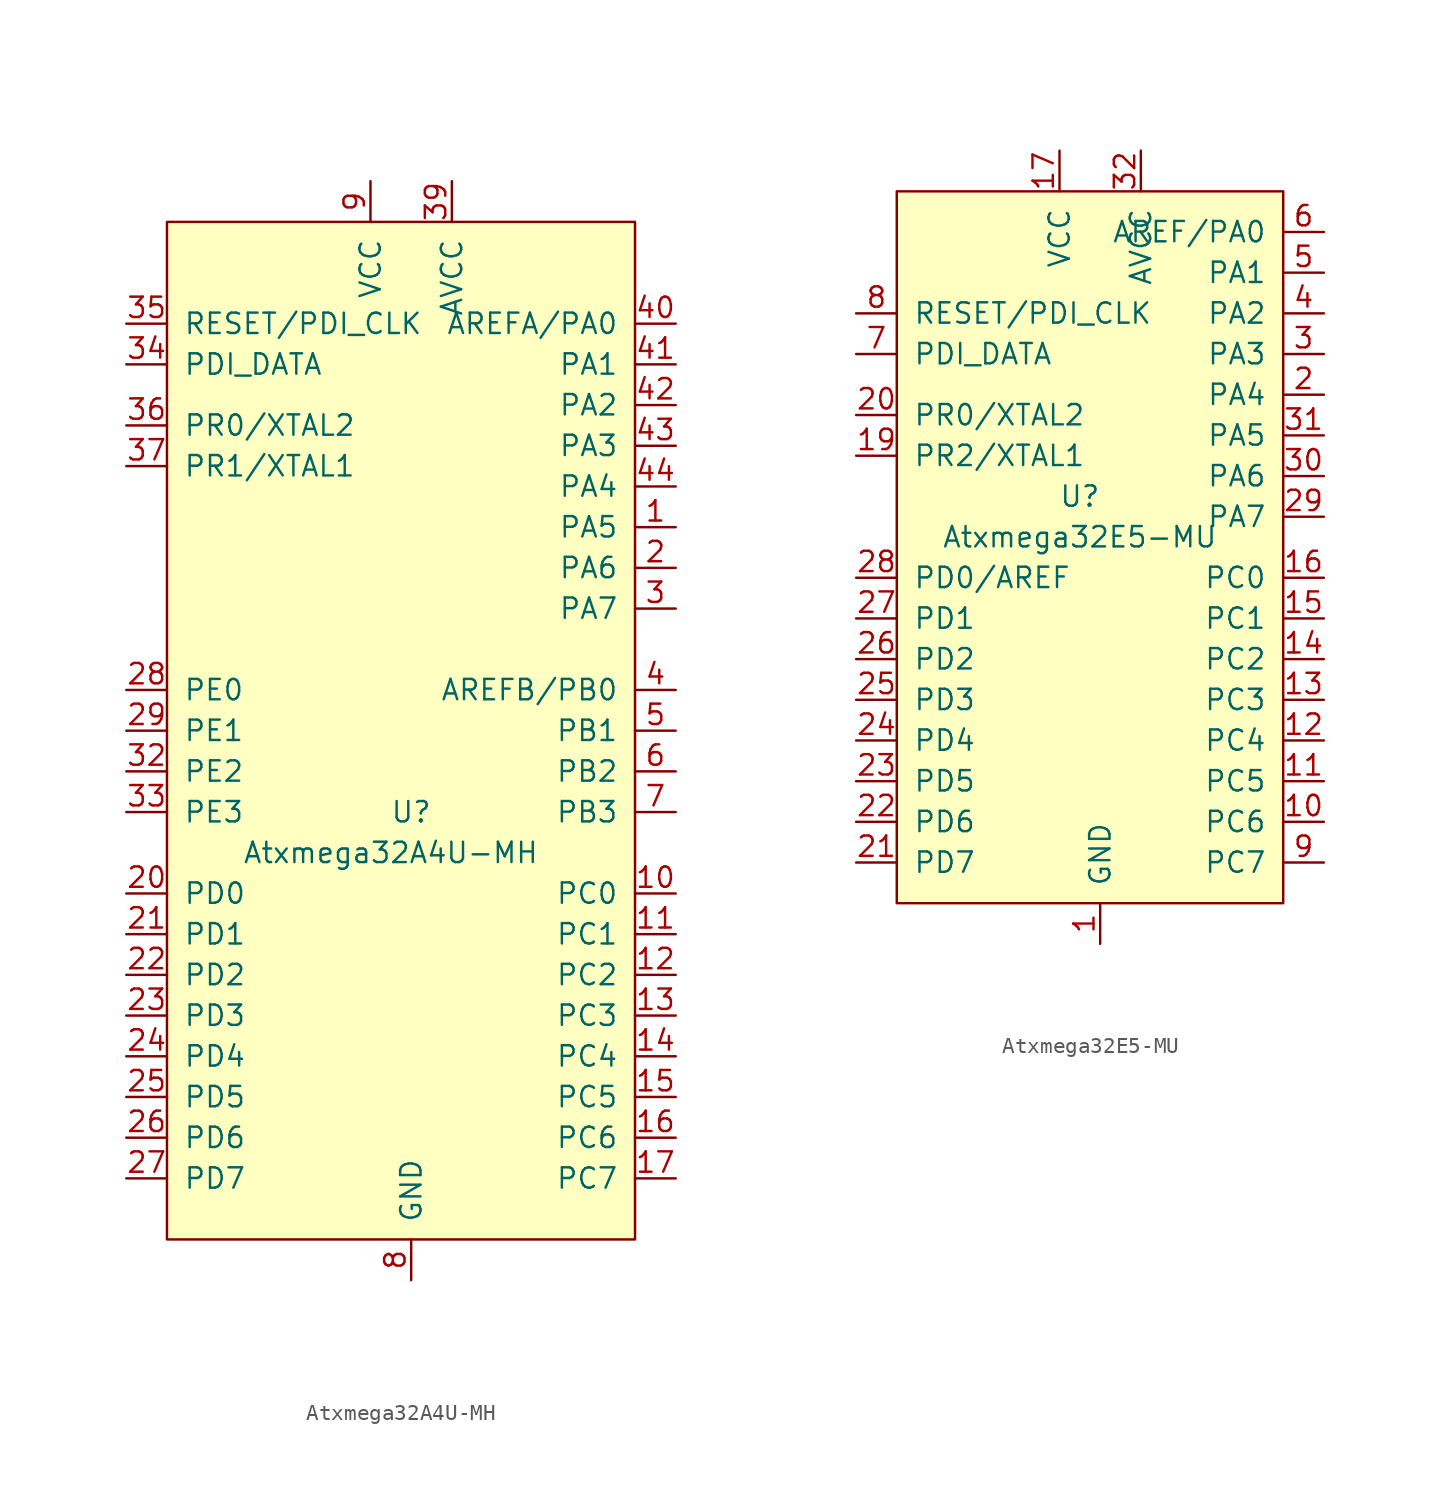
<source format=kicad_sym>
(kicad_symbol_lib
  (version 20211014)
  (generator kicad_symbol_editor)
  (symbol "Atxmega32A4U-MH"
    (pin_names
      (offset 1.016))
    (property "Reference" "U"
      (at 0 -5.08 0)
      (effects (font (size 1.27 1.27))))
    (property "Value" "Atxmega32A4U-MH"
      (at -1.27 -7.62 0)
      (effects (font (size 1.27 1.27))))
    (symbol "Atxmega32A4U-MH_1_1"
      (rectangle (start -15.24 31.75) (end 13.97 -31.75) (stroke (width 0) (type default) (color 0 0 0 0)) (fill (type background)))
      (pin bidirectional line (at 16.51 12.7 180) (length 2.54) (name "PA5" (effects (font (size 1.27 1.27)))) (number "1" (effects (font (size 1.27 1.27)))))
      (pin bidirectional line (at 16.51 -10.16 180) (length 2.54) (name "PC0" (effects (font (size 1.27 1.27)))) (number "10" (effects (font (size 1.27 1.27)))))
      (pin bidirectional line (at 16.51 -12.7 180) (length 2.54) (name "PC1" (effects (font (size 1.27 1.27)))) (number "11" (effects (font (size 1.27 1.27)))))
      (pin bidirectional line (at 16.51 -15.24 180) (length 2.54) (name "PC2" (effects (font (size 1.27 1.27)))) (number "12" (effects (font (size 1.27 1.27)))))
      (pin bidirectional line (at 16.51 -17.78 180) (length 2.54) (name "PC3" (effects (font (size 1.27 1.27)))) (number "13" (effects (font (size 1.27 1.27)))))
      (pin bidirectional line (at 16.51 -20.32 180) (length 2.54) (name "PC4" (effects (font (size 1.27 1.27)))) (number "14" (effects (font (size 1.27 1.27)))))
      (pin bidirectional line (at 16.51 -22.86 180) (length 2.54) (name "PC5" (effects (font (size 1.27 1.27)))) (number "15" (effects (font (size 1.27 1.27)))))
      (pin bidirectional line (at 16.51 -25.4 180) (length 2.54) (name "PC6" (effects (font (size 1.27 1.27)))) (number "16" (effects (font (size 1.27 1.27)))))
      (pin bidirectional line (at 16.51 -27.94 180) (length 2.54) (name "PC7" (effects (font (size 1.27 1.27)))) (number "17" (effects (font (size 1.27 1.27)))))
      (pin passive line (at 0 -34.29 90) (length 2.54) hide (name "GND" (effects (font (size 1.27 1.27)))) (number "18" (effects (font (size 1.27 1.27)))))
      (pin passive line (at -2.54 34.29 270) (length 2.54) hide (name "VCC" (effects (font (size 1.27 1.27)))) (number "19" (effects (font (size 1.27 1.27)))))
      (pin bidirectional line (at 16.51 10.16 180) (length 2.54) (name "PA6" (effects (font (size 1.27 1.27)))) (number "2" (effects (font (size 1.27 1.27)))))
      (pin bidirectional line (at -17.78 -10.16 0) (length 2.54) (name "PD0" (effects (font (size 1.27 1.27)))) (number "20" (effects (font (size 1.27 1.27)))))
      (pin bidirectional line (at -17.78 -12.7 0) (length 2.54) (name "PD1" (effects (font (size 1.27 1.27)))) (number "21" (effects (font (size 1.27 1.27)))))
      (pin bidirectional line (at -17.78 -15.24 0) (length 2.54) (name "PD2" (effects (font (size 1.27 1.27)))) (number "22" (effects (font (size 1.27 1.27)))))
      (pin bidirectional line (at -17.78 -17.78 0) (length 2.54) (name "PD3" (effects (font (size 1.27 1.27)))) (number "23" (effects (font (size 1.27 1.27)))))
      (pin bidirectional line (at -17.78 -20.32 0) (length 2.54) (name "PD4" (effects (font (size 1.27 1.27)))) (number "24" (effects (font (size 1.27 1.27)))))
      (pin bidirectional line (at -17.78 -22.86 0) (length 2.54) (name "PD5" (effects (font (size 1.27 1.27)))) (number "25" (effects (font (size 1.27 1.27)))))
      (pin bidirectional line (at -17.78 -25.4 0) (length 2.54) (name "PD6" (effects (font (size 1.27 1.27)))) (number "26" (effects (font (size 1.27 1.27)))))
      (pin bidirectional line (at -17.78 -27.94 0) (length 2.54) (name "PD7" (effects (font (size 1.27 1.27)))) (number "27" (effects (font (size 1.27 1.27)))))
      (pin bidirectional line (at -17.78 2.54 0) (length 2.54) (name "PE0" (effects (font (size 1.27 1.27)))) (number "28" (effects (font (size 1.27 1.27)))))
      (pin bidirectional line (at -17.78 0 0) (length 2.54) (name "PE1" (effects (font (size 1.27 1.27)))) (number "29" (effects (font (size 1.27 1.27)))))
      (pin bidirectional line (at 16.51 7.62 180) (length 2.54) (name "PA7" (effects (font (size 1.27 1.27)))) (number "3" (effects (font (size 1.27 1.27)))))
      (pin passive line (at 0 -34.29 90) (length 2.54) hide (name "GND" (effects (font (size 1.27 1.27)))) (number "30" (effects (font (size 1.27 1.27)))))
      (pin passive line (at -2.54 34.29 270) (length 2.54) hide (name "VCC" (effects (font (size 1.27 1.27)))) (number "31" (effects (font (size 1.27 1.27)))))
      (pin bidirectional line (at -17.78 -2.54 0) (length 2.54) (name "PE2" (effects (font (size 1.27 1.27)))) (number "32" (effects (font (size 1.27 1.27)))))
      (pin bidirectional line (at -17.78 -5.08 0) (length 2.54) (name "PE3" (effects (font (size 1.27 1.27)))) (number "33" (effects (font (size 1.27 1.27)))))
      (pin bidirectional line (at -17.78 22.86 0) (length 2.54) (name "PDI_DATA" (effects (font (size 1.27 1.27)))) (number "34" (effects (font (size 1.27 1.27)))))
      (pin input line (at -17.78 25.4 0) (length 2.54) (name "RESET/PDI_CLK" (effects (font (size 1.27 1.27)))) (number "35" (effects (font (size 1.27 1.27)))))
      (pin bidirectional line (at -17.78 19.05 0) (length 2.54) (name "PR0/XTAL2" (effects (font (size 1.27 1.27)))) (number "36" (effects (font (size 1.27 1.27)))))
      (pin bidirectional line (at -17.78 16.51 0) (length 2.54) (name "PR1/XTAL1" (effects (font (size 1.27 1.27)))) (number "37" (effects (font (size 1.27 1.27)))))
      (pin passive line (at 0 -34.29 90) (length 2.54) hide (name "GND" (effects (font (size 1.27 1.27)))) (number "38" (effects (font (size 1.27 1.27)))))
      (pin power_in line (at 2.54 34.29 270) (length 2.54) (name "AVCC" (effects (font (size 1.27 1.27)))) (number "39" (effects (font (size 1.27 1.27)))))
      (pin bidirectional line (at 16.51 2.54 180) (length 2.54) (name "AREFB/PB0" (effects (font (size 1.27 1.27)))) (number "4" (effects (font (size 1.27 1.27)))))
      (pin bidirectional line (at 16.51 25.4 180) (length 2.54) (name "AREFA/PA0" (effects (font (size 1.27 1.27)))) (number "40" (effects (font (size 1.27 1.27)))))
      (pin bidirectional line (at 16.51 22.86 180) (length 2.54) (name "PA1" (effects (font (size 1.27 1.27)))) (number "41" (effects (font (size 1.27 1.27)))))
      (pin bidirectional line (at 16.51 20.32 180) (length 2.54) (name "PA2" (effects (font (size 1.27 1.27)))) (number "42" (effects (font (size 1.27 1.27)))))
      (pin bidirectional line (at 16.51 17.78 180) (length 2.54) (name "PA3" (effects (font (size 1.27 1.27)))) (number "43" (effects (font (size 1.27 1.27)))))
      (pin bidirectional line (at 16.51 15.24 180) (length 2.54) (name "PA4" (effects (font (size 1.27 1.27)))) (number "44" (effects (font (size 1.27 1.27)))))
      (pin passive line (at 0 -34.29 90) (length 2.54) hide (name "GND" (effects (font (size 1.27 1.27)))) (number "45" (effects (font (size 1.27 1.27)))))
      (pin bidirectional line (at 16.51 0 180) (length 2.54) (name "PB1" (effects (font (size 1.27 1.27)))) (number "5" (effects (font (size 1.27 1.27)))))
      (pin bidirectional line (at 16.51 -2.54 180) (length 2.54) (name "PB2" (effects (font (size 1.27 1.27)))) (number "6" (effects (font (size 1.27 1.27)))))
      (pin bidirectional line (at 16.51 -5.08 180) (length 2.54) (name "PB3" (effects (font (size 1.27 1.27)))) (number "7" (effects (font (size 1.27 1.27)))))
      (pin power_in line (at 0 -34.29 90) (length 2.54) (name "GND" (effects (font (size 1.27 1.27)))) (number "8" (effects (font (size 1.27 1.27)))))
      (pin power_in line (at -2.54 34.29 270) (length 2.54) (name "VCC" (effects (font (size 1.27 1.27)))) (number "9" (effects (font (size 1.27 1.27)))))))
  (symbol "Atxmega32E5-MU"
    (pin_names
      (offset 1.016))
    (property "Reference" "U"
      (at -1.27 2.54 0)
      (effects (font (size 1.27 1.27))))
    (property "Value" "Atxmega32E5-MU"
      (at -1.27 0 0)
      (effects (font (size 1.27 1.27))))
    (symbol "Atxmega32E5-MU_0_1"
      (rectangle (start -12.7 21.59) (end 11.43 -22.86) (stroke (width 0) (type default) (color 0 0 0 0)) (fill (type background))))
    (symbol "Atxmega32E5-MU_1_1"
      (pin power_in line (at 0 -25.4 90) (length 2.54) (name "GND" (effects (font (size 1.27 1.27)))) (number "1" (effects (font (size 1.27 1.27)))))
      (pin bidirectional line (at 13.97 -17.78 180) (length 2.54) (name "PC6" (effects (font (size 1.27 1.27)))) (number "10" (effects (font (size 1.27 1.27)))))
      (pin bidirectional line (at 13.97 -15.24 180) (length 2.54) (name "PC5" (effects (font (size 1.27 1.27)))) (number "11" (effects (font (size 1.27 1.27)))))
      (pin bidirectional line (at 13.97 -12.7 180) (length 2.54) (name "PC4" (effects (font (size 1.27 1.27)))) (number "12" (effects (font (size 1.27 1.27)))))
      (pin bidirectional line (at 13.97 -10.16 180) (length 2.54) (name "PC3" (effects (font (size 1.27 1.27)))) (number "13" (effects (font (size 1.27 1.27)))))
      (pin bidirectional line (at 13.97 -7.62 180) (length 2.54) (name "PC2" (effects (font (size 1.27 1.27)))) (number "14" (effects (font (size 1.27 1.27)))))
      (pin bidirectional line (at 13.97 -5.08 180) (length 2.54) (name "PC1" (effects (font (size 1.27 1.27)))) (number "15" (effects (font (size 1.27 1.27)))))
      (pin bidirectional line (at 13.97 -2.54 180) (length 2.54) (name "PC0" (effects (font (size 1.27 1.27)))) (number "16" (effects (font (size 1.27 1.27)))))
      (pin power_in line (at -2.54 24.13 270) (length 2.54) (name "VCC" (effects (font (size 1.27 1.27)))) (number "17" (effects (font (size 1.27 1.27)))))
      (pin passive line (at 0 -25.4 90) (length 2.54) hide (name "GND" (effects (font (size 1.27 1.27)))) (number "18" (effects (font (size 1.27 1.27)))))
      (pin bidirectional line (at -15.24 5.08 0) (length 2.54) (name "PR2/XTAL1" (effects (font (size 1.27 1.27)))) (number "19" (effects (font (size 1.27 1.27)))))
      (pin bidirectional line (at 13.97 8.89 180) (length 2.54) (name "PA4" (effects (font (size 1.27 1.27)))) (number "2" (effects (font (size 1.27 1.27)))))
      (pin bidirectional line (at -15.24 7.62 0) (length 2.54) (name "PR0/XTAL2" (effects (font (size 1.27 1.27)))) (number "20" (effects (font (size 1.27 1.27)))))
      (pin bidirectional line (at -15.24 -20.32 0) (length 2.54) (name "PD7" (effects (font (size 1.27 1.27)))) (number "21" (effects (font (size 1.27 1.27)))))
      (pin bidirectional line (at -15.24 -17.78 0) (length 2.54) (name "PD6" (effects (font (size 1.27 1.27)))) (number "22" (effects (font (size 1.27 1.27)))))
      (pin bidirectional line (at -15.24 -15.24 0) (length 2.54) (name "PD5" (effects (font (size 1.27 1.27)))) (number "23" (effects (font (size 1.27 1.27)))))
      (pin bidirectional line (at -15.24 -12.7 0) (length 2.54) (name "PD4" (effects (font (size 1.27 1.27)))) (number "24" (effects (font (size 1.27 1.27)))))
      (pin bidirectional line (at -15.24 -10.16 0) (length 2.54) (name "PD3" (effects (font (size 1.27 1.27)))) (number "25" (effects (font (size 1.27 1.27)))))
      (pin bidirectional line (at -15.24 -7.62 0) (length 2.54) (name "PD2" (effects (font (size 1.27 1.27)))) (number "26" (effects (font (size 1.27 1.27)))))
      (pin bidirectional line (at -15.24 -5.08 0) (length 2.54) (name "PD1" (effects (font (size 1.27 1.27)))) (number "27" (effects (font (size 1.27 1.27)))))
      (pin bidirectional line (at -15.24 -2.54 0) (length 2.54) (name "PD0/AREF" (effects (font (size 1.27 1.27)))) (number "28" (effects (font (size 1.27 1.27)))))
      (pin bidirectional line (at 13.97 1.27 180) (length 2.54) (name "PA7" (effects (font (size 1.27 1.27)))) (number "29" (effects (font (size 1.27 1.27)))))
      (pin bidirectional line (at 13.97 11.43 180) (length 2.54) (name "PA3" (effects (font (size 1.27 1.27)))) (number "3" (effects (font (size 1.27 1.27)))))
      (pin bidirectional line (at 13.97 3.81 180) (length 2.54) (name "PA6" (effects (font (size 1.27 1.27)))) (number "30" (effects (font (size 1.27 1.27)))))
      (pin bidirectional line (at 13.97 6.35 180) (length 2.54) (name "PA5" (effects (font (size 1.27 1.27)))) (number "31" (effects (font (size 1.27 1.27)))))
      (pin power_in line (at 2.54 24.13 270) (length 2.54) (name "AVCC" (effects (font (size 1.27 1.27)))) (number "32" (effects (font (size 1.27 1.27)))))
      (pin passive line (at 0 -25.4 90) (length 2.54) hide (name "GND" (effects (font (size 1.27 1.27)))) (number "33" (effects (font (size 1.27 1.27)))))
      (pin bidirectional line (at 13.97 13.97 180) (length 2.54) (name "PA2" (effects (font (size 1.27 1.27)))) (number "4" (effects (font (size 1.27 1.27)))))
      (pin bidirectional line (at 13.97 16.51 180) (length 2.54) (name "PA1" (effects (font (size 1.27 1.27)))) (number "5" (effects (font (size 1.27 1.27)))))
      (pin bidirectional line (at 13.97 19.05 180) (length 2.54) (name "AREF/PA0" (effects (font (size 1.27 1.27)))) (number "6" (effects (font (size 1.27 1.27)))))
      (pin bidirectional line (at -15.24 11.43 0) (length 2.54) (name "PDI_DATA" (effects (font (size 1.27 1.27)))) (number "7" (effects (font (size 1.27 1.27)))))
      (pin input line (at -15.24 13.97 0) (length 2.54) (name "RESET/PDI_CLK" (effects (font (size 1.27 1.27)))) (number "8" (effects (font (size 1.27 1.27)))))
      (pin bidirectional line (at 13.97 -20.32 180) (length 2.54) (name "PC7" (effects (font (size 1.27 1.27)))) (number "9" (effects (font (size 1.27 1.27))))))))
</source>
